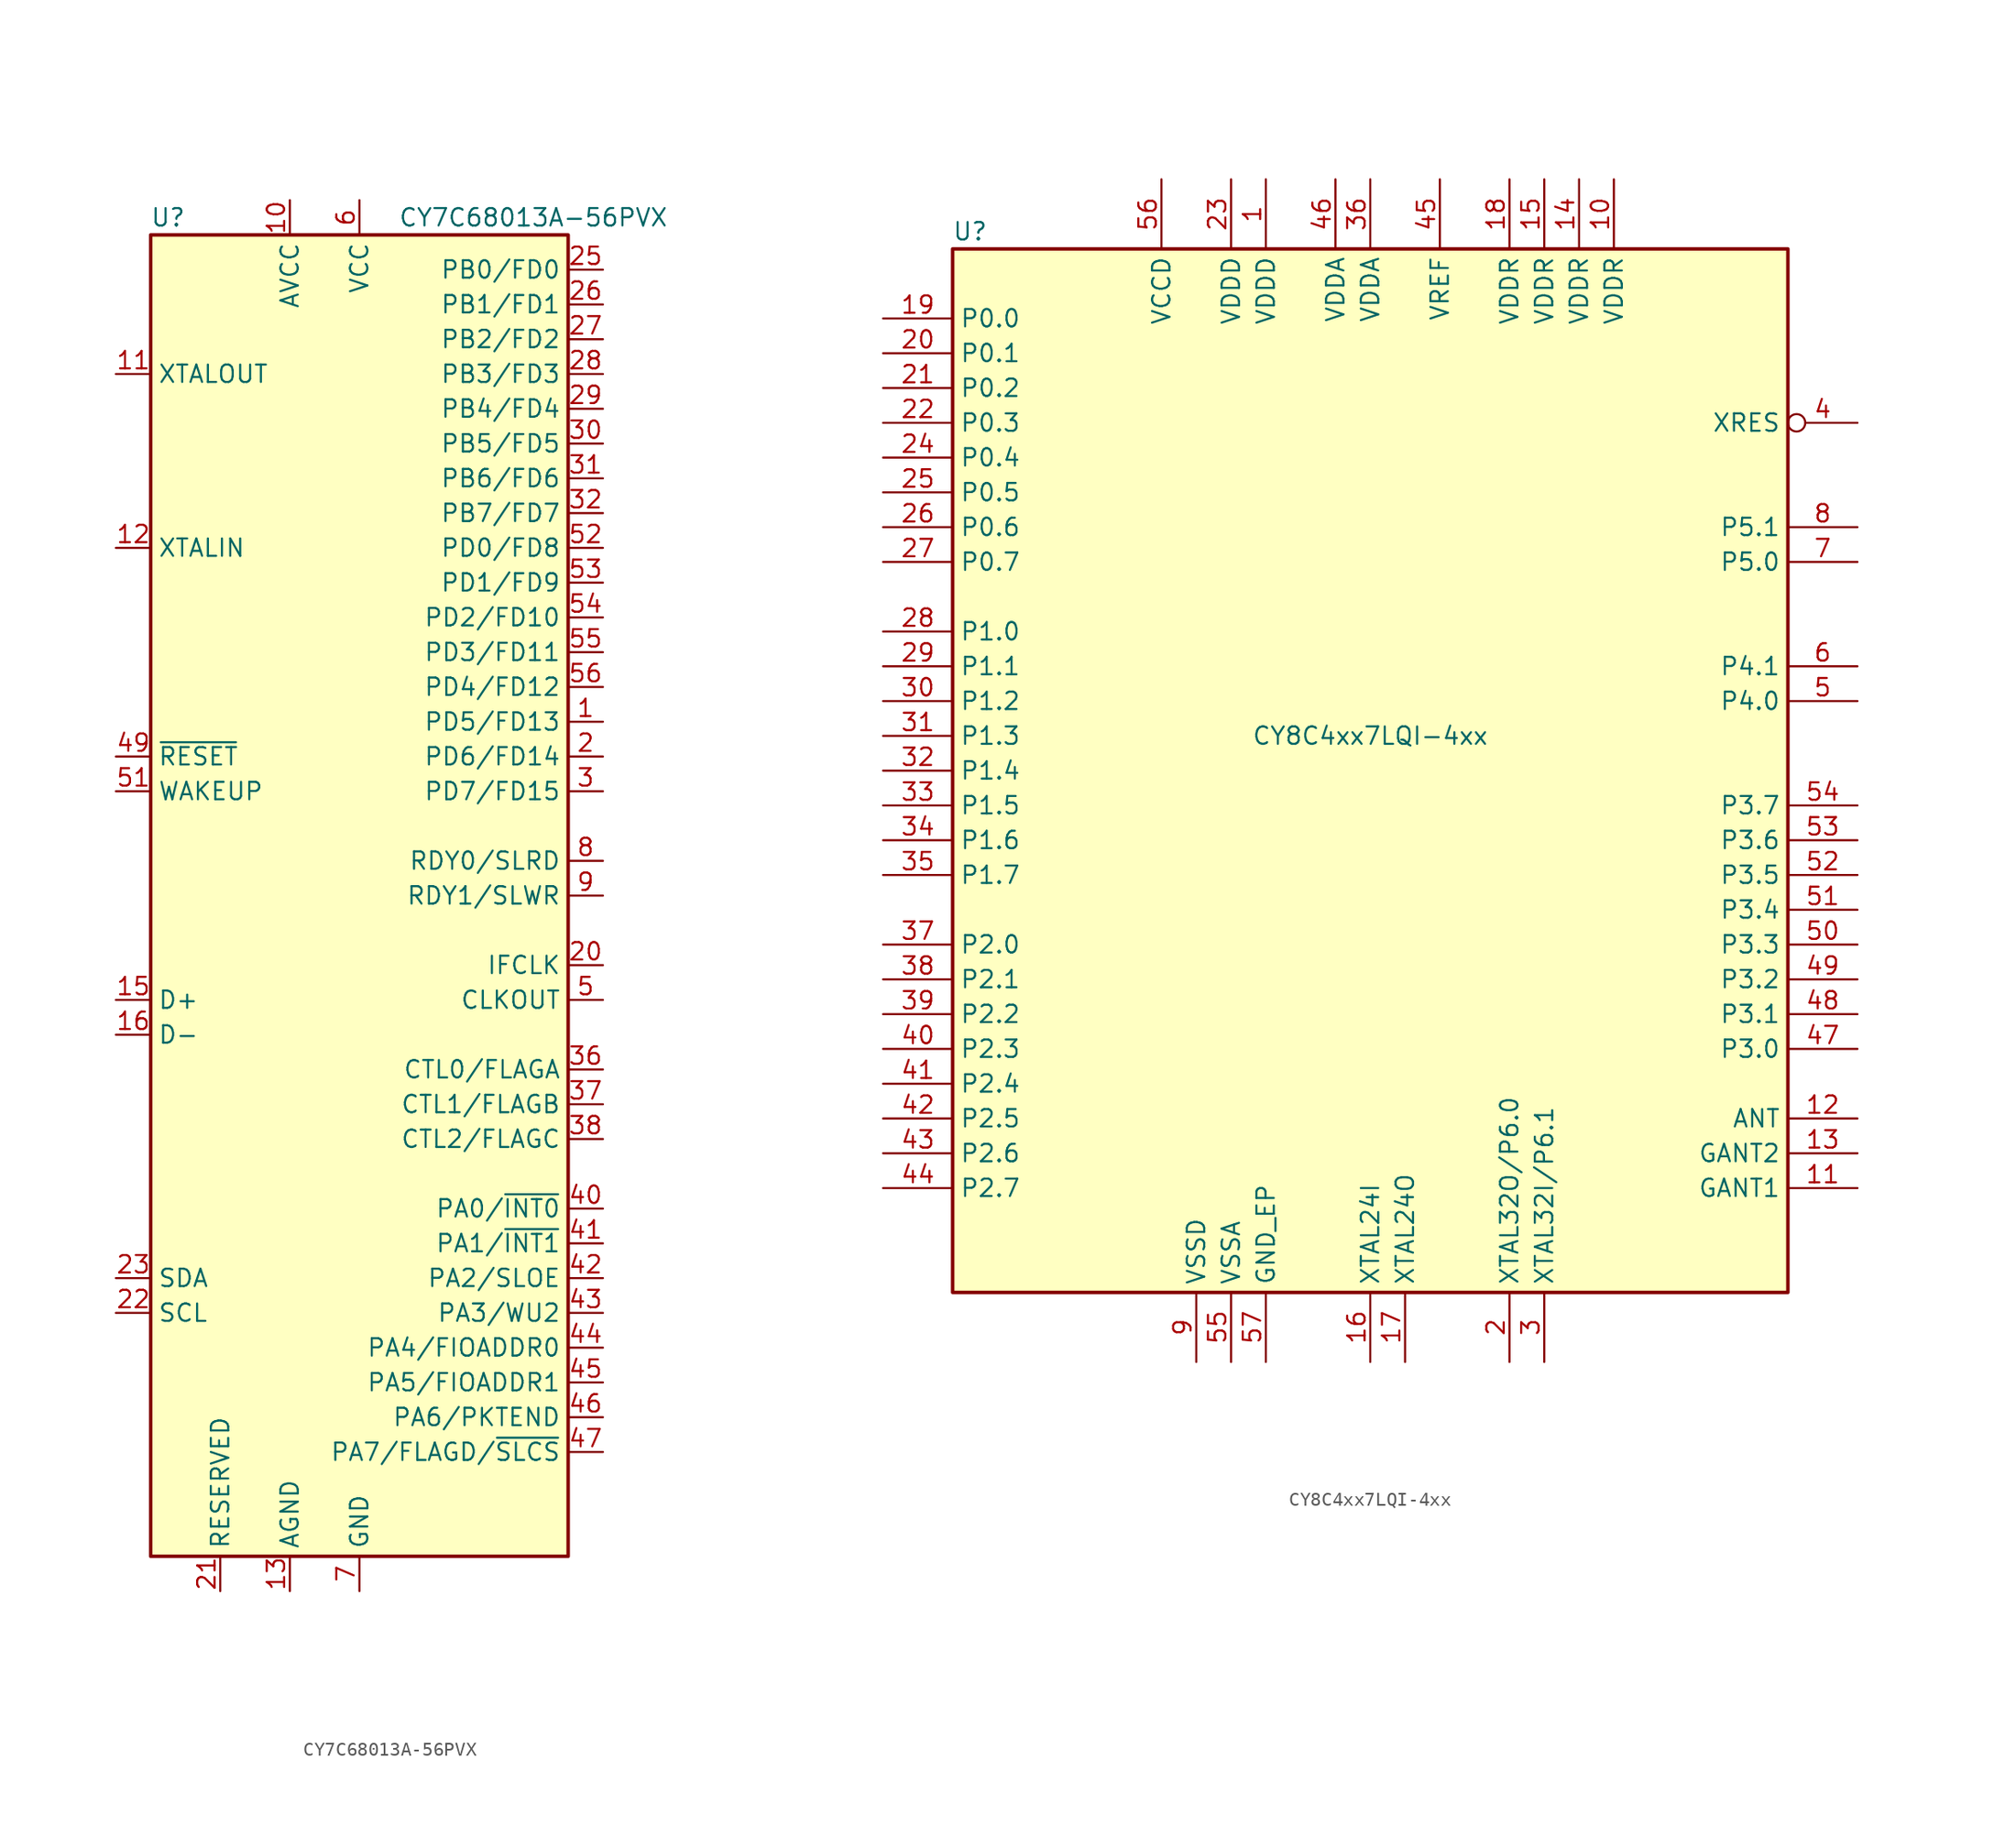
<source format=kicad_sym>
(kicad_symbol_lib
  (version 20201005)
  (generator kicad_symbol_editor)
  (symbol "CY7C68013A-56PVX"
    (property "Reference" "U"
      (at -13.97 49.53 0)
      (effects (font (size 1.27 1.27))))
    (property "Value" "CY7C68013A-56PVX"
      (at 12.7 49.53 0)
      (effects (font (size 1.27 1.27))))
    (symbol "CY7C68013A-56PVX_0_1"
      (rectangle (start 15.24 -48.26) (end -15.24 48.26) (stroke (width 0.254)) (fill (type background))))
    (symbol "CY7C68013A-56PVX_1_1"
      (pin bidirectional line (at 17.78 12.7 180) (length 2.54) (name "PD5/FD13" (effects (font (size 1.27 1.27)))) (number "1" (effects (font (size 1.27 1.27)))))
      (pin power_in line (at -5.08 50.8 270) (length 2.54) (name "AVCC" (effects (font (size 1.27 1.27)))) (number "10" (effects (font (size 1.27 1.27)))))
      (pin output line (at -17.78 38.1 0) (length 2.54) (name "XTALOUT" (effects (font (size 1.27 1.27)))) (number "11" (effects (font (size 1.27 1.27)))))
      (pin input line (at -17.78 25.4 0) (length 2.54) (name "XTALIN" (effects (font (size 1.27 1.27)))) (number "12" (effects (font (size 1.27 1.27)))))
      (pin power_in line (at -5.08 -50.8 90) (length 2.54) (name "AGND" (effects (font (size 1.27 1.27)))) (number "13" (effects (font (size 1.27 1.27)))))
      (pin passive line (at -5.08 50.8 270) (length 2.54) hide (name "AVCC" (effects (font (size 1.27 1.27)))) (number "14" (effects (font (size 1.27 1.27)))))
      (pin bidirectional line (at -17.78 -7.62 0) (length 2.54) (name "D+" (effects (font (size 1.27 1.27)))) (number "15" (effects (font (size 1.27 1.27)))))
      (pin bidirectional line (at -17.78 -10.16 0) (length 2.54) (name "D-" (effects (font (size 1.27 1.27)))) (number "16" (effects (font (size 1.27 1.27)))))
      (pin passive line (at -5.08 -50.8 90) (length 2.54) hide (name "AGND" (effects (font (size 1.27 1.27)))) (number "17" (effects (font (size 1.27 1.27)))))
      (pin passive line (at 0 50.8 270) (length 2.54) hide (name "VCC" (effects (font (size 1.27 1.27)))) (number "18" (effects (font (size 1.27 1.27)))))
      (pin passive line (at 0 -50.8 90) (length 2.54) hide (name "GND" (effects (font (size 1.27 1.27)))) (number "19" (effects (font (size 1.27 1.27)))))
      (pin bidirectional line (at 17.78 10.16 180) (length 2.54) (name "PD6/FD14" (effects (font (size 1.27 1.27)))) (number "2" (effects (font (size 1.27 1.27)))))
      (pin bidirectional line (at 17.78 -5.08 180) (length 2.54) (name "IFCLK" (effects (font (size 1.27 1.27)))) (number "20" (effects (font (size 1.27 1.27)))))
      (pin input line (at -10.16 -50.8 90) (length 2.54) (name "RESERVED" (effects (font (size 1.27 1.27)))) (number "21" (effects (font (size 1.27 1.27)))))
      (pin input line (at -17.78 -30.48 0) (length 2.54) (name "SCL" (effects (font (size 1.27 1.27)))) (number "22" (effects (font (size 1.27 1.27)))))
      (pin bidirectional line (at -17.78 -27.94 0) (length 2.54) (name "SDA" (effects (font (size 1.27 1.27)))) (number "23" (effects (font (size 1.27 1.27)))))
      (pin passive line (at 0 50.8 270) (length 2.54) hide (name "VCC" (effects (font (size 1.27 1.27)))) (number "24" (effects (font (size 1.27 1.27)))))
      (pin bidirectional line (at 17.78 45.72 180) (length 2.54) (name "PB0/FD0" (effects (font (size 1.27 1.27)))) (number "25" (effects (font (size 1.27 1.27)))))
      (pin bidirectional line (at 17.78 43.18 180) (length 2.54) (name "PB1/FD1" (effects (font (size 1.27 1.27)))) (number "26" (effects (font (size 1.27 1.27)))))
      (pin bidirectional line (at 17.78 40.64 180) (length 2.54) (name "PB2/FD2" (effects (font (size 1.27 1.27)))) (number "27" (effects (font (size 1.27 1.27)))))
      (pin bidirectional line (at 17.78 38.1 180) (length 2.54) (name "PB3/FD3" (effects (font (size 1.27 1.27)))) (number "28" (effects (font (size 1.27 1.27)))))
      (pin bidirectional line (at 17.78 35.56 180) (length 2.54) (name "PB4/FD4" (effects (font (size 1.27 1.27)))) (number "29" (effects (font (size 1.27 1.27)))))
      (pin bidirectional line (at 17.78 7.62 180) (length 2.54) (name "PD7/FD15" (effects (font (size 1.27 1.27)))) (number "3" (effects (font (size 1.27 1.27)))))
      (pin bidirectional line (at 17.78 33.02 180) (length 2.54) (name "PB5/FD5" (effects (font (size 1.27 1.27)))) (number "30" (effects (font (size 1.27 1.27)))))
      (pin bidirectional line (at 17.78 30.48 180) (length 2.54) (name "PB6/FD6" (effects (font (size 1.27 1.27)))) (number "31" (effects (font (size 1.27 1.27)))))
      (pin bidirectional line (at 17.78 27.94 180) (length 2.54) (name "PB7/FD7" (effects (font (size 1.27 1.27)))) (number "32" (effects (font (size 1.27 1.27)))))
      (pin passive line (at 0 -50.8 90) (length 2.54) hide (name "GND" (effects (font (size 1.27 1.27)))) (number "33" (effects (font (size 1.27 1.27)))))
      (pin passive line (at 0 50.8 270) (length 2.54) hide (name "VCC" (effects (font (size 1.27 1.27)))) (number "34" (effects (font (size 1.27 1.27)))))
      (pin passive line (at 0 -50.8 90) (length 2.54) hide (name "GND" (effects (font (size 1.27 1.27)))) (number "35" (effects (font (size 1.27 1.27)))))
      (pin output line (at 17.78 -12.7 180) (length 2.54) (name "CTL0/FLAGA" (effects (font (size 1.27 1.27)))) (number "36" (effects (font (size 1.27 1.27)))))
      (pin output line (at 17.78 -15.24 180) (length 2.54) (name "CTL1/FLAGB" (effects (font (size 1.27 1.27)))) (number "37" (effects (font (size 1.27 1.27)))))
      (pin output line (at 17.78 -17.78 180) (length 2.54) (name "CTL2/FLAGC" (effects (font (size 1.27 1.27)))) (number "38" (effects (font (size 1.27 1.27)))))
      (pin passive line (at 0 50.8 270) (length 2.54) hide (name "VCC" (effects (font (size 1.27 1.27)))) (number "39" (effects (font (size 1.27 1.27)))))
      (pin passive line (at 0 -50.8 90) (length 2.54) hide (name "GND" (effects (font (size 1.27 1.27)))) (number "4" (effects (font (size 1.27 1.27)))))
      (pin bidirectional line (at 17.78 -22.86 180) (length 2.54) (name "PA0/~INT0" (effects (font (size 1.27 1.27)))) (number "40" (effects (font (size 1.27 1.27)))))
      (pin bidirectional line (at 17.78 -25.4 180) (length 2.54) (name "PA1/~INT1" (effects (font (size 1.27 1.27)))) (number "41" (effects (font (size 1.27 1.27)))))
      (pin bidirectional line (at 17.78 -27.94 180) (length 2.54) (name "PA2/SLOE" (effects (font (size 1.27 1.27)))) (number "42" (effects (font (size 1.27 1.27)))))
      (pin bidirectional line (at 17.78 -30.48 180) (length 2.54) (name "PA3/WU2" (effects (font (size 1.27 1.27)))) (number "43" (effects (font (size 1.27 1.27)))))
      (pin bidirectional line (at 17.78 -33.02 180) (length 2.54) (name "PA4/FIOADDR0" (effects (font (size 1.27 1.27)))) (number "44" (effects (font (size 1.27 1.27)))))
      (pin bidirectional line (at 17.78 -35.56 180) (length 2.54) (name "PA5/FIOADDR1" (effects (font (size 1.27 1.27)))) (number "45" (effects (font (size 1.27 1.27)))))
      (pin bidirectional line (at 17.78 -38.1 180) (length 2.54) (name "PA6/PKTEND" (effects (font (size 1.27 1.27)))) (number "46" (effects (font (size 1.27 1.27)))))
      (pin bidirectional line (at 17.78 -40.64 180) (length 2.54) (name "PA7/FLAGD/~SLCS" (effects (font (size 1.27 1.27)))) (number "47" (effects (font (size 1.27 1.27)))))
      (pin passive line (at 0 -50.8 90) (length 2.54) hide (name "GND" (effects (font (size 1.27 1.27)))) (number "48" (effects (font (size 1.27 1.27)))))
      (pin input line (at -17.78 10.16 0) (length 2.54) (name "~RESET" (effects (font (size 1.27 1.27)))) (number "49" (effects (font (size 1.27 1.27)))))
      (pin output line (at 17.78 -7.62 180) (length 2.54) (name "CLKOUT" (effects (font (size 1.27 1.27)))) (number "5" (effects (font (size 1.27 1.27)))))
      (pin passive line (at 0 50.8 270) (length 2.54) hide (name "VCC" (effects (font (size 1.27 1.27)))) (number "50" (effects (font (size 1.27 1.27)))))
      (pin input line (at -17.78 7.62 0) (length 2.54) (name "WAKEUP" (effects (font (size 1.27 1.27)))) (number "51" (effects (font (size 1.27 1.27)))))
      (pin bidirectional line (at 17.78 25.4 180) (length 2.54) (name "PD0/FD8" (effects (font (size 1.27 1.27)))) (number "52" (effects (font (size 1.27 1.27)))))
      (pin bidirectional line (at 17.78 22.86 180) (length 2.54) (name "PD1/FD9" (effects (font (size 1.27 1.27)))) (number "53" (effects (font (size 1.27 1.27)))))
      (pin bidirectional line (at 17.78 20.32 180) (length 2.54) (name "PD2/FD10" (effects (font (size 1.27 1.27)))) (number "54" (effects (font (size 1.27 1.27)))))
      (pin bidirectional line (at 17.78 17.78 180) (length 2.54) (name "PD3/FD11" (effects (font (size 1.27 1.27)))) (number "55" (effects (font (size 1.27 1.27)))))
      (pin bidirectional line (at 17.78 15.24 180) (length 2.54) (name "PD4/FD12" (effects (font (size 1.27 1.27)))) (number "56" (effects (font (size 1.27 1.27)))))
      (pin power_in line (at 0 50.8 270) (length 2.54) (name "VCC" (effects (font (size 1.27 1.27)))) (number "6" (effects (font (size 1.27 1.27)))))
      (pin power_in line (at 0 -50.8 90) (length 2.54) (name "GND" (effects (font (size 1.27 1.27)))) (number "7" (effects (font (size 1.27 1.27)))))
      (pin input line (at 17.78 2.54 180) (length 2.54) (name "RDY0/SLRD" (effects (font (size 1.27 1.27)))) (number "8" (effects (font (size 1.27 1.27)))))
      (pin input line (at 17.78 0 180) (length 2.54) (name "RDY1/SLWR" (effects (font (size 1.27 1.27)))) (number "9" (effects (font (size 1.27 1.27)))))))
  (symbol "CY8C4xx7LQI-4xx"
    (property "Reference" "U"
      (at -29.21 39.37 0)
      (effects (font (size 1.27 1.27))))
    (property "Value" "CY8C4xx7LQI-4xx"
      (at 0 2.54 0)
      (effects (font (size 1.27 1.27))))
    (symbol "CY8C4xx7LQI-4xx_1_0"
      (rectangle (start -30.48 -38.1) (end 30.48 38.1) (stroke (width 0.254)) (fill (type background))))
    (symbol "CY8C4xx7LQI-4xx_1_1"
      (pin power_in line (at -7.62 43.18 270) (length 5.08) (name "VDDD" (effects (font (size 1.27 1.27)))) (number "1" (effects (font (size 1.27 1.27)))))
      (pin power_in line (at 17.78 43.18 270) (length 5.08) (name "VDDR" (effects (font (size 1.27 1.27)))) (number "10" (effects (font (size 1.27 1.27)))))
      (pin power_in line (at 35.56 -30.48 180) (length 5.08) (name "GANT1" (effects (font (size 1.27 1.27)))) (number "11" (effects (font (size 1.27 1.27)))))
      (pin output line (at 35.56 -25.4 180) (length 5.08) (name "ANT" (effects (font (size 1.27 1.27)))) (number "12" (effects (font (size 1.27 1.27)))))
      (pin power_in line (at 35.56 -27.94 180) (length 5.08) (name "GANT2" (effects (font (size 1.27 1.27)))) (number "13" (effects (font (size 1.27 1.27)))))
      (pin power_in line (at 15.24 43.18 270) (length 5.08) (name "VDDR" (effects (font (size 1.27 1.27)))) (number "14" (effects (font (size 1.27 1.27)))))
      (pin power_in line (at 12.7 43.18 270) (length 5.08) (name "VDDR" (effects (font (size 1.27 1.27)))) (number "15" (effects (font (size 1.27 1.27)))))
      (pin input line (at 0 -43.18 90) (length 5.08) (name "XTAL24I" (effects (font (size 1.27 1.27)))) (number "16" (effects (font (size 1.27 1.27)))))
      (pin output line (at 2.54 -43.18 90) (length 5.08) (name "XTAL24O" (effects (font (size 1.27 1.27)))) (number "17" (effects (font (size 1.27 1.27)))))
      (pin power_in line (at 10.16 43.18 270) (length 5.08) (name "VDDR" (effects (font (size 1.27 1.27)))) (number "18" (effects (font (size 1.27 1.27)))))
      (pin bidirectional line (at -35.56 33.02 0) (length 5.08) (name "P0.0" (effects (font (size 1.27 1.27)))) (number "19" (effects (font (size 1.27 1.27)))))
      (pin bidirectional line (at 10.16 -43.18 90) (length 5.08) (name "XTAL32O/P6.0" (effects (font (size 1.27 1.27)))) (number "2" (effects (font (size 1.27 1.27)))))
      (pin bidirectional line (at -35.56 30.48 0) (length 5.08) (name "P0.1" (effects (font (size 1.27 1.27)))) (number "20" (effects (font (size 1.27 1.27)))))
      (pin bidirectional line (at -35.56 27.94 0) (length 5.08) (name "P0.2" (effects (font (size 1.27 1.27)))) (number "21" (effects (font (size 1.27 1.27)))))
      (pin bidirectional line (at -35.56 25.4 0) (length 5.08) (name "P0.3" (effects (font (size 1.27 1.27)))) (number "22" (effects (font (size 1.27 1.27)))))
      (pin power_in line (at -10.16 43.18 270) (length 5.08) (name "VDDD" (effects (font (size 1.27 1.27)))) (number "23" (effects (font (size 1.27 1.27)))))
      (pin bidirectional line (at -35.56 22.86 0) (length 5.08) (name "P0.4" (effects (font (size 1.27 1.27)))) (number "24" (effects (font (size 1.27 1.27)))))
      (pin bidirectional line (at -35.56 20.32 0) (length 5.08) (name "P0.5" (effects (font (size 1.27 1.27)))) (number "25" (effects (font (size 1.27 1.27)))))
      (pin bidirectional line (at -35.56 17.78 0) (length 5.08) (name "P0.6" (effects (font (size 1.27 1.27)))) (number "26" (effects (font (size 1.27 1.27)))))
      (pin bidirectional line (at -35.56 15.24 0) (length 5.08) (name "P0.7" (effects (font (size 1.27 1.27)))) (number "27" (effects (font (size 1.27 1.27)))))
      (pin bidirectional line (at -35.56 10.16 0) (length 5.08) (name "P1.0" (effects (font (size 1.27 1.27)))) (number "28" (effects (font (size 1.27 1.27)))))
      (pin bidirectional line (at -35.56 7.62 0) (length 5.08) (name "P1.1" (effects (font (size 1.27 1.27)))) (number "29" (effects (font (size 1.27 1.27)))))
      (pin bidirectional line (at 12.7 -43.18 90) (length 5.08) (name "XTAL32I/P6.1" (effects (font (size 1.27 1.27)))) (number "3" (effects (font (size 1.27 1.27)))))
      (pin bidirectional line (at -35.56 5.08 0) (length 5.08) (name "P1.2" (effects (font (size 1.27 1.27)))) (number "30" (effects (font (size 1.27 1.27)))))
      (pin bidirectional line (at -35.56 2.54 0) (length 5.08) (name "P1.3" (effects (font (size 1.27 1.27)))) (number "31" (effects (font (size 1.27 1.27)))))
      (pin bidirectional line (at -35.56 0 0) (length 5.08) (name "P1.4" (effects (font (size 1.27 1.27)))) (number "32" (effects (font (size 1.27 1.27)))))
      (pin bidirectional line (at -35.56 -2.54 0) (length 5.08) (name "P1.5" (effects (font (size 1.27 1.27)))) (number "33" (effects (font (size 1.27 1.27)))))
      (pin bidirectional line (at -35.56 -5.08 0) (length 5.08) (name "P1.6" (effects (font (size 1.27 1.27)))) (number "34" (effects (font (size 1.27 1.27)))))
      (pin bidirectional line (at -35.56 -7.62 0) (length 5.08) (name "P1.7" (effects (font (size 1.27 1.27)))) (number "35" (effects (font (size 1.27 1.27)))))
      (pin power_in line (at 0 43.18 270) (length 5.08) (name "VDDA" (effects (font (size 1.27 1.27)))) (number "36" (effects (font (size 1.27 1.27)))))
      (pin bidirectional line (at -35.56 -12.7 0) (length 5.08) (name "P2.0" (effects (font (size 1.27 1.27)))) (number "37" (effects (font (size 1.27 1.27)))))
      (pin bidirectional line (at -35.56 -15.24 0) (length 5.08) (name "P2.1" (effects (font (size 1.27 1.27)))) (number "38" (effects (font (size 1.27 1.27)))))
      (pin bidirectional line (at -35.56 -17.78 0) (length 5.08) (name "P2.2" (effects (font (size 1.27 1.27)))) (number "39" (effects (font (size 1.27 1.27)))))
      (pin input inverted (at 35.56 25.4 180) (length 5.08) (name "XRES" (effects (font (size 1.27 1.27)))) (number "4" (effects (font (size 1.27 1.27)))))
      (pin bidirectional line (at -35.56 -20.32 0) (length 5.08) (name "P2.3" (effects (font (size 1.27 1.27)))) (number "40" (effects (font (size 1.27 1.27)))))
      (pin bidirectional line (at -35.56 -22.86 0) (length 5.08) (name "P2.4" (effects (font (size 1.27 1.27)))) (number "41" (effects (font (size 1.27 1.27)))))
      (pin bidirectional line (at -35.56 -25.4 0) (length 5.08) (name "P2.5" (effects (font (size 1.27 1.27)))) (number "42" (effects (font (size 1.27 1.27)))))
      (pin bidirectional line (at -35.56 -27.94 0) (length 5.08) (name "P2.6" (effects (font (size 1.27 1.27)))) (number "43" (effects (font (size 1.27 1.27)))))
      (pin bidirectional line (at -35.56 -30.48 0) (length 5.08) (name "P2.7" (effects (font (size 1.27 1.27)))) (number "44" (effects (font (size 1.27 1.27)))))
      (pin passive line (at 5.08 43.18 270) (length 5.08) (name "VREF" (effects (font (size 1.27 1.27)))) (number "45" (effects (font (size 1.27 1.27)))))
      (pin power_in line (at -2.54 43.18 270) (length 5.08) (name "VDDA" (effects (font (size 1.27 1.27)))) (number "46" (effects (font (size 1.27 1.27)))))
      (pin bidirectional line (at 35.56 -20.32 180) (length 5.08) (name "P3.0" (effects (font (size 1.27 1.27)))) (number "47" (effects (font (size 1.27 1.27)))))
      (pin bidirectional line (at 35.56 -17.78 180) (length 5.08) (name "P3.1" (effects (font (size 1.27 1.27)))) (number "48" (effects (font (size 1.27 1.27)))))
      (pin bidirectional line (at 35.56 -15.24 180) (length 5.08) (name "P3.2" (effects (font (size 1.27 1.27)))) (number "49" (effects (font (size 1.27 1.27)))))
      (pin bidirectional line (at 35.56 5.08 180) (length 5.08) (name "P4.0" (effects (font (size 1.27 1.27)))) (number "5" (effects (font (size 1.27 1.27)))))
      (pin bidirectional line (at 35.56 -12.7 180) (length 5.08) (name "P3.3" (effects (font (size 1.27 1.27)))) (number "50" (effects (font (size 1.27 1.27)))))
      (pin bidirectional line (at 35.56 -10.16 180) (length 5.08) (name "P3.4" (effects (font (size 1.27 1.27)))) (number "51" (effects (font (size 1.27 1.27)))))
      (pin bidirectional line (at 35.56 -7.62 180) (length 5.08) (name "P3.5" (effects (font (size 1.27 1.27)))) (number "52" (effects (font (size 1.27 1.27)))))
      (pin bidirectional line (at 35.56 -5.08 180) (length 5.08) (name "P3.6" (effects (font (size 1.27 1.27)))) (number "53" (effects (font (size 1.27 1.27)))))
      (pin bidirectional line (at 35.56 -2.54 180) (length 5.08) (name "P3.7" (effects (font (size 1.27 1.27)))) (number "54" (effects (font (size 1.27 1.27)))))
      (pin power_in line (at -10.16 -43.18 90) (length 5.08) (name "VSSA" (effects (font (size 1.27 1.27)))) (number "55" (effects (font (size 1.27 1.27)))))
      (pin power_out line (at -15.24 43.18 270) (length 5.08) (name "VCCD" (effects (font (size 1.27 1.27)))) (number "56" (effects (font (size 1.27 1.27)))))
      (pin power_in line (at -7.62 -43.18 90) (length 5.08) (name "GND_EP" (effects (font (size 1.27 1.27)))) (number "57" (effects (font (size 1.27 1.27)))))
      (pin bidirectional line (at 35.56 7.62 180) (length 5.08) (name "P4.1" (effects (font (size 1.27 1.27)))) (number "6" (effects (font (size 1.27 1.27)))))
      (pin bidirectional line (at 35.56 15.24 180) (length 5.08) (name "P5.0" (effects (font (size 1.27 1.27)))) (number "7" (effects (font (size 1.27 1.27)))))
      (pin bidirectional line (at 35.56 17.78 180) (length 5.08) (name "P5.1" (effects (font (size 1.27 1.27)))) (number "8" (effects (font (size 1.27 1.27)))))
      (pin power_in line (at -12.7 -43.18 90) (length 5.08) (name "VSSD" (effects (font (size 1.27 1.27)))) (number "9" (effects (font (size 1.27 1.27))))))))
</source>
